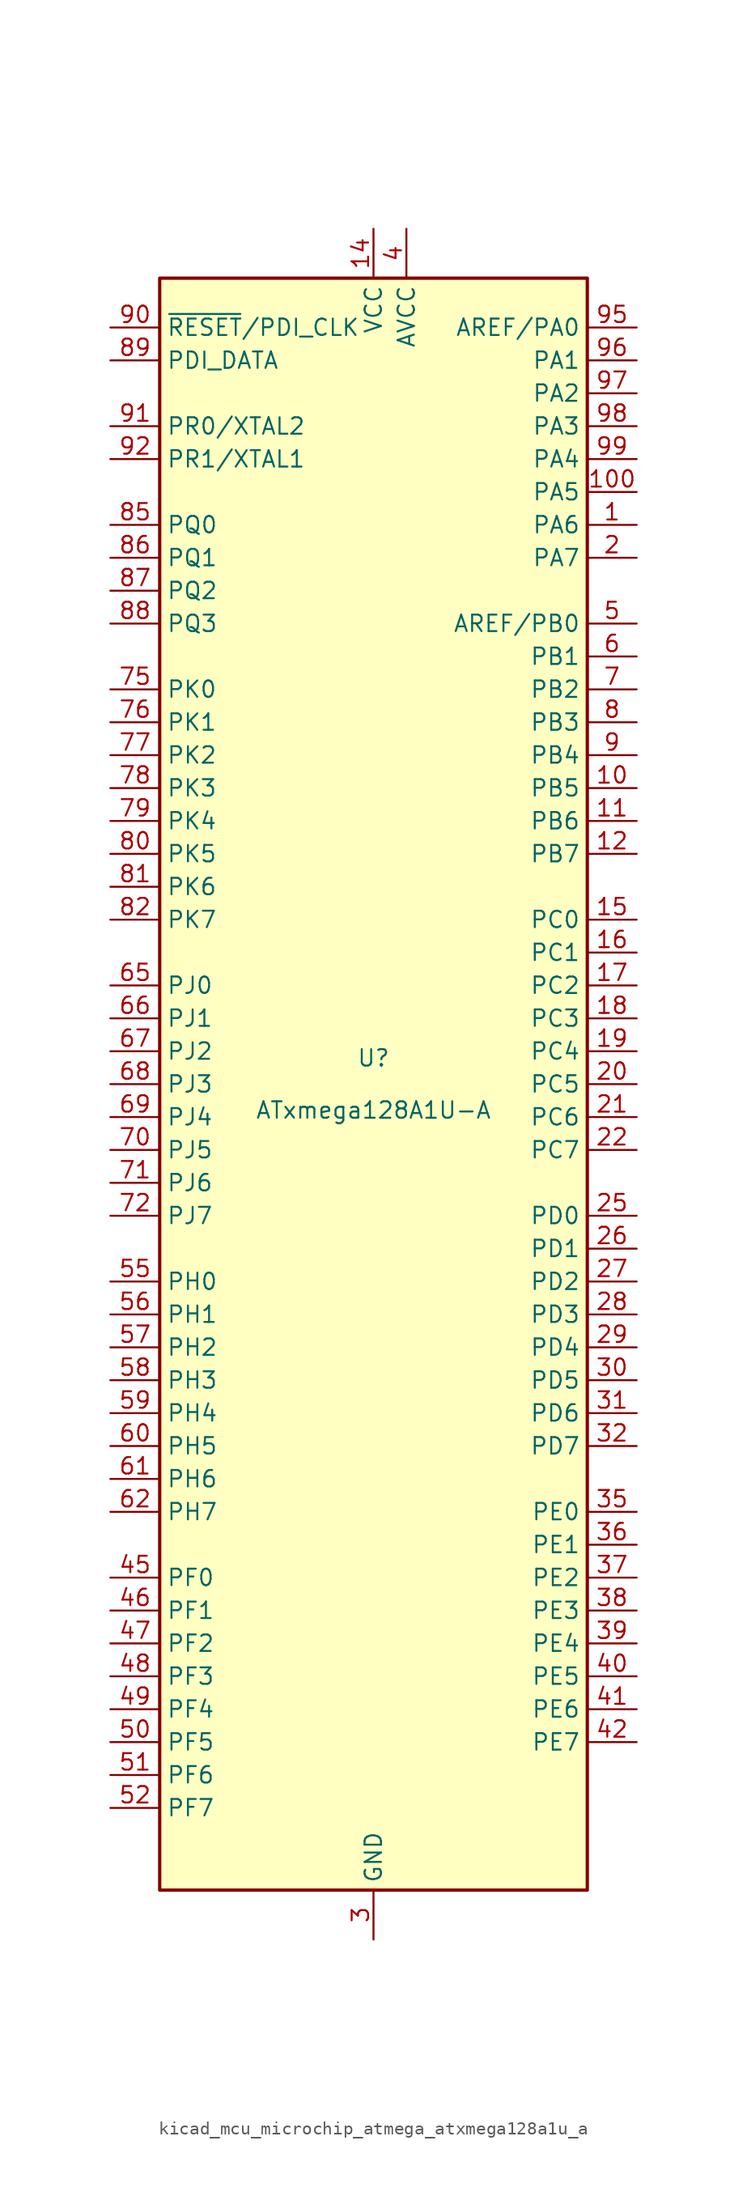
<source format=kicad_sym>
(kicad_symbol_lib
  (version 20220914)
  (generator kicad_symbol_editor)
  (symbol "kicad_mcu_microchip_atmega_atxmega128a1u_a"
    (property "Reference" "U"
      (at 0 1.27 0)
      (effects (font (size 1.27 1.27)) (justify bottom)))
    (property "Value" "ATxmega128A1U-A"
      (at 0 -1.27 0)
      (effects (font (size 1.27 1.27)) (justify top)))
    (symbol "kicad_mcu_microchip_atmega_atxmega128a1u_a_0_1"
      (rectangle (start -16.51 -62.23) (end 16.51 62.23) (stroke (width 0.254) (type default)) (fill (type background))))
    (symbol "kicad_mcu_microchip_atmega_atxmega128a1u_a_1_1"
      (pin bidirectional line (at 20.32 43.18 180) (length 3.81) (name "PA6" (effects (font (size 1.27 1.27)))) (number "1" (effects (font (size 1.27 1.27)))))
      (pin bidirectional line (at 20.32 22.86 180) (length 3.81) (name "PB5" (effects (font (size 1.27 1.27)))) (number "10" (effects (font (size 1.27 1.27)))))
      (pin bidirectional line (at 20.32 45.72 180) (length 3.81) (name "PA5" (effects (font (size 1.27 1.27)))) (number "100" (effects (font (size 1.27 1.27)))))
      (pin bidirectional line (at 20.32 20.32 180) (length 3.81) (name "PB6" (effects (font (size 1.27 1.27)))) (number "11" (effects (font (size 1.27 1.27)))))
      (pin bidirectional line (at 20.32 17.78 180) (length 3.81) (name "PB7" (effects (font (size 1.27 1.27)))) (number "12" (effects (font (size 1.27 1.27)))))
      (pin passive line (at 0 -66.04 90) (length 3.81) hide (name "GND" (effects (font (size 1.27 1.27)))) (number "13" (effects (font (size 1.27 1.27)))))
      (pin power_in line (at 0 66.04 270) (length 3.81) (name "VCC" (effects (font (size 1.27 1.27)))) (number "14" (effects (font (size 1.27 1.27)))))
      (pin bidirectional line (at 20.32 12.7 180) (length 3.81) (name "PC0" (effects (font (size 1.27 1.27)))) (number "15" (effects (font (size 1.27 1.27)))))
      (pin bidirectional line (at 20.32 10.16 180) (length 3.81) (name "PC1" (effects (font (size 1.27 1.27)))) (number "16" (effects (font (size 1.27 1.27)))))
      (pin bidirectional line (at 20.32 7.62 180) (length 3.81) (name "PC2" (effects (font (size 1.27 1.27)))) (number "17" (effects (font (size 1.27 1.27)))))
      (pin bidirectional line (at 20.32 5.08 180) (length 3.81) (name "PC3" (effects (font (size 1.27 1.27)))) (number "18" (effects (font (size 1.27 1.27)))))
      (pin bidirectional line (at 20.32 2.54 180) (length 3.81) (name "PC4" (effects (font (size 1.27 1.27)))) (number "19" (effects (font (size 1.27 1.27)))))
      (pin bidirectional line (at 20.32 40.64 180) (length 3.81) (name "PA7" (effects (font (size 1.27 1.27)))) (number "2" (effects (font (size 1.27 1.27)))))
      (pin bidirectional line (at 20.32 0 180) (length 3.81) (name "PC5" (effects (font (size 1.27 1.27)))) (number "20" (effects (font (size 1.27 1.27)))))
      (pin bidirectional line (at 20.32 -2.54 180) (length 3.81) (name "PC6" (effects (font (size 1.27 1.27)))) (number "21" (effects (font (size 1.27 1.27)))))
      (pin bidirectional line (at 20.32 -5.08 180) (length 3.81) (name "PC7" (effects (font (size 1.27 1.27)))) (number "22" (effects (font (size 1.27 1.27)))))
      (pin passive line (at 0 -66.04 90) (length 3.81) hide (name "GND" (effects (font (size 1.27 1.27)))) (number "23" (effects (font (size 1.27 1.27)))))
      (pin passive line (at 0 66.04 270) (length 3.81) hide (name "VCC" (effects (font (size 1.27 1.27)))) (number "24" (effects (font (size 1.27 1.27)))))
      (pin bidirectional line (at 20.32 -10.16 180) (length 3.81) (name "PD0" (effects (font (size 1.27 1.27)))) (number "25" (effects (font (size 1.27 1.27)))))
      (pin bidirectional line (at 20.32 -12.7 180) (length 3.81) (name "PD1" (effects (font (size 1.27 1.27)))) (number "26" (effects (font (size 1.27 1.27)))))
      (pin bidirectional line (at 20.32 -15.24 180) (length 3.81) (name "PD2" (effects (font (size 1.27 1.27)))) (number "27" (effects (font (size 1.27 1.27)))))
      (pin bidirectional line (at 20.32 -17.78 180) (length 3.81) (name "PD3" (effects (font (size 1.27 1.27)))) (number "28" (effects (font (size 1.27 1.27)))))
      (pin bidirectional line (at 20.32 -20.32 180) (length 3.81) (name "PD4" (effects (font (size 1.27 1.27)))) (number "29" (effects (font (size 1.27 1.27)))))
      (pin power_in line (at 0 -66.04 90) (length 3.81) (name "GND" (effects (font (size 1.27 1.27)))) (number "3" (effects (font (size 1.27 1.27)))))
      (pin bidirectional line (at 20.32 -22.86 180) (length 3.81) (name "PD5" (effects (font (size 1.27 1.27)))) (number "30" (effects (font (size 1.27 1.27)))))
      (pin bidirectional line (at 20.32 -25.4 180) (length 3.81) (name "PD6" (effects (font (size 1.27 1.27)))) (number "31" (effects (font (size 1.27 1.27)))))
      (pin bidirectional line (at 20.32 -27.94 180) (length 3.81) (name "PD7" (effects (font (size 1.27 1.27)))) (number "32" (effects (font (size 1.27 1.27)))))
      (pin passive line (at 0 -66.04 90) (length 3.81) hide (name "GND" (effects (font (size 1.27 1.27)))) (number "33" (effects (font (size 1.27 1.27)))))
      (pin passive line (at 0 66.04 270) (length 3.81) hide (name "VCC" (effects (font (size 1.27 1.27)))) (number "34" (effects (font (size 1.27 1.27)))))
      (pin bidirectional line (at 20.32 -33.02 180) (length 3.81) (name "PE0" (effects (font (size 1.27 1.27)))) (number "35" (effects (font (size 1.27 1.27)))))
      (pin bidirectional line (at 20.32 -35.56 180) (length 3.81) (name "PE1" (effects (font (size 1.27 1.27)))) (number "36" (effects (font (size 1.27 1.27)))))
      (pin bidirectional line (at 20.32 -38.1 180) (length 3.81) (name "PE2" (effects (font (size 1.27 1.27)))) (number "37" (effects (font (size 1.27 1.27)))))
      (pin bidirectional line (at 20.32 -40.64 180) (length 3.81) (name "PE3" (effects (font (size 1.27 1.27)))) (number "38" (effects (font (size 1.27 1.27)))))
      (pin bidirectional line (at 20.32 -43.18 180) (length 3.81) (name "PE4" (effects (font (size 1.27 1.27)))) (number "39" (effects (font (size 1.27 1.27)))))
      (pin power_in line (at 2.54 66.04 270) (length 3.81) (name "AVCC" (effects (font (size 1.27 1.27)))) (number "4" (effects (font (size 1.27 1.27)))))
      (pin bidirectional line (at 20.32 -45.72 180) (length 3.81) (name "PE5" (effects (font (size 1.27 1.27)))) (number "40" (effects (font (size 1.27 1.27)))))
      (pin bidirectional line (at 20.32 -48.26 180) (length 3.81) (name "PE6" (effects (font (size 1.27 1.27)))) (number "41" (effects (font (size 1.27 1.27)))))
      (pin bidirectional line (at 20.32 -50.8 180) (length 3.81) (name "PE7" (effects (font (size 1.27 1.27)))) (number "42" (effects (font (size 1.27 1.27)))))
      (pin passive line (at 0 -66.04 90) (length 3.81) hide (name "GND" (effects (font (size 1.27 1.27)))) (number "43" (effects (font (size 1.27 1.27)))))
      (pin passive line (at 0 66.04 270) (length 3.81) hide (name "VCC" (effects (font (size 1.27 1.27)))) (number "44" (effects (font (size 1.27 1.27)))))
      (pin bidirectional line (at -20.32 -38.1 0) (length 3.81) (name "PF0" (effects (font (size 1.27 1.27)))) (number "45" (effects (font (size 1.27 1.27)))))
      (pin bidirectional line (at -20.32 -40.64 0) (length 3.81) (name "PF1" (effects (font (size 1.27 1.27)))) (number "46" (effects (font (size 1.27 1.27)))))
      (pin bidirectional line (at -20.32 -43.18 0) (length 3.81) (name "PF2" (effects (font (size 1.27 1.27)))) (number "47" (effects (font (size 1.27 1.27)))))
      (pin bidirectional line (at -20.32 -45.72 0) (length 3.81) (name "PF3" (effects (font (size 1.27 1.27)))) (number "48" (effects (font (size 1.27 1.27)))))
      (pin bidirectional line (at -20.32 -48.26 0) (length 3.81) (name "PF4" (effects (font (size 1.27 1.27)))) (number "49" (effects (font (size 1.27 1.27)))))
      (pin bidirectional line (at 20.32 35.56 180) (length 3.81) (name "AREF/PB0" (effects (font (size 1.27 1.27)))) (number "5" (effects (font (size 1.27 1.27)))))
      (pin bidirectional line (at -20.32 -50.8 0) (length 3.81) (name "PF5" (effects (font (size 1.27 1.27)))) (number "50" (effects (font (size 1.27 1.27)))))
      (pin bidirectional line (at -20.32 -53.34 0) (length 3.81) (name "PF6" (effects (font (size 1.27 1.27)))) (number "51" (effects (font (size 1.27 1.27)))))
      (pin bidirectional line (at -20.32 -55.88 0) (length 3.81) (name "PF7" (effects (font (size 1.27 1.27)))) (number "52" (effects (font (size 1.27 1.27)))))
      (pin passive line (at 0 -66.04 90) (length 3.81) hide (name "GND" (effects (font (size 1.27 1.27)))) (number "53" (effects (font (size 1.27 1.27)))))
      (pin passive line (at 0 66.04 270) (length 3.81) hide (name "VCC" (effects (font (size 1.27 1.27)))) (number "54" (effects (font (size 1.27 1.27)))))
      (pin bidirectional line (at -20.32 -15.24 0) (length 3.81) (name "PH0" (effects (font (size 1.27 1.27)))) (number "55" (effects (font (size 1.27 1.27)))))
      (pin bidirectional line (at -20.32 -17.78 0) (length 3.81) (name "PH1" (effects (font (size 1.27 1.27)))) (number "56" (effects (font (size 1.27 1.27)))))
      (pin bidirectional line (at -20.32 -20.32 0) (length 3.81) (name "PH2" (effects (font (size 1.27 1.27)))) (number "57" (effects (font (size 1.27 1.27)))))
      (pin bidirectional line (at -20.32 -22.86 0) (length 3.81) (name "PH3" (effects (font (size 1.27 1.27)))) (number "58" (effects (font (size 1.27 1.27)))))
      (pin bidirectional line (at -20.32 -25.4 0) (length 3.81) (name "PH4" (effects (font (size 1.27 1.27)))) (number "59" (effects (font (size 1.27 1.27)))))
      (pin bidirectional line (at 20.32 33.02 180) (length 3.81) (name "PB1" (effects (font (size 1.27 1.27)))) (number "6" (effects (font (size 1.27 1.27)))))
      (pin bidirectional line (at -20.32 -27.94 0) (length 3.81) (name "PH5" (effects (font (size 1.27 1.27)))) (number "60" (effects (font (size 1.27 1.27)))))
      (pin bidirectional line (at -20.32 -30.48 0) (length 3.81) (name "PH6" (effects (font (size 1.27 1.27)))) (number "61" (effects (font (size 1.27 1.27)))))
      (pin bidirectional line (at -20.32 -33.02 0) (length 3.81) (name "PH7" (effects (font (size 1.27 1.27)))) (number "62" (effects (font (size 1.27 1.27)))))
      (pin passive line (at 0 -66.04 90) (length 3.81) hide (name "GND" (effects (font (size 1.27 1.27)))) (number "63" (effects (font (size 1.27 1.27)))))
      (pin passive line (at 0 66.04 270) (length 3.81) hide (name "VCC" (effects (font (size 1.27 1.27)))) (number "64" (effects (font (size 1.27 1.27)))))
      (pin bidirectional line (at -20.32 7.62 0) (length 3.81) (name "PJ0" (effects (font (size 1.27 1.27)))) (number "65" (effects (font (size 1.27 1.27)))))
      (pin bidirectional line (at -20.32 5.08 0) (length 3.81) (name "PJ1" (effects (font (size 1.27 1.27)))) (number "66" (effects (font (size 1.27 1.27)))))
      (pin bidirectional line (at -20.32 2.54 0) (length 3.81) (name "PJ2" (effects (font (size 1.27 1.27)))) (number "67" (effects (font (size 1.27 1.27)))))
      (pin bidirectional line (at -20.32 0 0) (length 3.81) (name "PJ3" (effects (font (size 1.27 1.27)))) (number "68" (effects (font (size 1.27 1.27)))))
      (pin bidirectional line (at -20.32 -2.54 0) (length 3.81) (name "PJ4" (effects (font (size 1.27 1.27)))) (number "69" (effects (font (size 1.27 1.27)))))
      (pin bidirectional line (at 20.32 30.48 180) (length 3.81) (name "PB2" (effects (font (size 1.27 1.27)))) (number "7" (effects (font (size 1.27 1.27)))))
      (pin bidirectional line (at -20.32 -5.08 0) (length 3.81) (name "PJ5" (effects (font (size 1.27 1.27)))) (number "70" (effects (font (size 1.27 1.27)))))
      (pin bidirectional line (at -20.32 -7.62 0) (length 3.81) (name "PJ6" (effects (font (size 1.27 1.27)))) (number "71" (effects (font (size 1.27 1.27)))))
      (pin bidirectional line (at -20.32 -10.16 0) (length 3.81) (name "PJ7" (effects (font (size 1.27 1.27)))) (number "72" (effects (font (size 1.27 1.27)))))
      (pin passive line (at 0 -66.04 90) (length 3.81) hide (name "GND" (effects (font (size 1.27 1.27)))) (number "73" (effects (font (size 1.27 1.27)))))
      (pin passive line (at 0 66.04 270) (length 3.81) hide (name "VCC" (effects (font (size 1.27 1.27)))) (number "74" (effects (font (size 1.27 1.27)))))
      (pin bidirectional line (at -20.32 30.48 0) (length 3.81) (name "PK0" (effects (font (size 1.27 1.27)))) (number "75" (effects (font (size 1.27 1.27)))))
      (pin bidirectional line (at -20.32 27.94 0) (length 3.81) (name "PK1" (effects (font (size 1.27 1.27)))) (number "76" (effects (font (size 1.27 1.27)))))
      (pin bidirectional line (at -20.32 25.4 0) (length 3.81) (name "PK2" (effects (font (size 1.27 1.27)))) (number "77" (effects (font (size 1.27 1.27)))))
      (pin bidirectional line (at -20.32 22.86 0) (length 3.81) (name "PK3" (effects (font (size 1.27 1.27)))) (number "78" (effects (font (size 1.27 1.27)))))
      (pin bidirectional line (at -20.32 20.32 0) (length 3.81) (name "PK4" (effects (font (size 1.27 1.27)))) (number "79" (effects (font (size 1.27 1.27)))))
      (pin bidirectional line (at 20.32 27.94 180) (length 3.81) (name "PB3" (effects (font (size 1.27 1.27)))) (number "8" (effects (font (size 1.27 1.27)))))
      (pin bidirectional line (at -20.32 17.78 0) (length 3.81) (name "PK5" (effects (font (size 1.27 1.27)))) (number "80" (effects (font (size 1.27 1.27)))))
      (pin bidirectional line (at -20.32 15.24 0) (length 3.81) (name "PK6" (effects (font (size 1.27 1.27)))) (number "81" (effects (font (size 1.27 1.27)))))
      (pin bidirectional line (at -20.32 12.7 0) (length 3.81) (name "PK7" (effects (font (size 1.27 1.27)))) (number "82" (effects (font (size 1.27 1.27)))))
      (pin passive line (at 0 66.04 270) (length 3.81) hide (name "VCC" (effects (font (size 1.27 1.27)))) (number "83" (effects (font (size 1.27 1.27)))))
      (pin passive line (at 0 -66.04 90) (length 3.81) hide (name "GND" (effects (font (size 1.27 1.27)))) (number "84" (effects (font (size 1.27 1.27)))))
      (pin bidirectional line (at -20.32 43.18 0) (length 3.81) (name "PQ0" (effects (font (size 1.27 1.27)))) (number "85" (effects (font (size 1.27 1.27)))))
      (pin bidirectional line (at -20.32 40.64 0) (length 3.81) (name "PQ1" (effects (font (size 1.27 1.27)))) (number "86" (effects (font (size 1.27 1.27)))))
      (pin bidirectional line (at -20.32 38.1 0) (length 3.81) (name "PQ2" (effects (font (size 1.27 1.27)))) (number "87" (effects (font (size 1.27 1.27)))))
      (pin bidirectional line (at -20.32 35.56 0) (length 3.81) (name "PQ3" (effects (font (size 1.27 1.27)))) (number "88" (effects (font (size 1.27 1.27)))))
      (pin bidirectional line (at -20.32 55.88 0) (length 3.81) (name "PDI_DATA" (effects (font (size 1.27 1.27)))) (number "89" (effects (font (size 1.27 1.27)))))
      (pin bidirectional line (at 20.32 25.4 180) (length 3.81) (name "PB4" (effects (font (size 1.27 1.27)))) (number "9" (effects (font (size 1.27 1.27)))))
      (pin input line (at -20.32 58.42 0) (length 3.81) (name "~{RESET}/PDI_CLK" (effects (font (size 1.27 1.27)))) (number "90" (effects (font (size 1.27 1.27)))))
      (pin bidirectional line (at -20.32 50.8 0) (length 3.81) (name "PR0/XTAL2" (effects (font (size 1.27 1.27)))) (number "91" (effects (font (size 1.27 1.27)))))
      (pin bidirectional line (at -20.32 48.26 0) (length 3.81) (name "PR1/XTAL1" (effects (font (size 1.27 1.27)))) (number "92" (effects (font (size 1.27 1.27)))))
      (pin passive line (at 0 -66.04 90) (length 3.81) hide (name "GND" (effects (font (size 1.27 1.27)))) (number "93" (effects (font (size 1.27 1.27)))))
      (pin passive line (at 2.54 66.04 270) (length 3.81) hide (name "AVCC" (effects (font (size 1.27 1.27)))) (number "94" (effects (font (size 1.27 1.27)))))
      (pin bidirectional line (at 20.32 58.42 180) (length 3.81) (name "AREF/PA0" (effects (font (size 1.27 1.27)))) (number "95" (effects (font (size 1.27 1.27)))))
      (pin bidirectional line (at 20.32 55.88 180) (length 3.81) (name "PA1" (effects (font (size 1.27 1.27)))) (number "96" (effects (font (size 1.27 1.27)))))
      (pin bidirectional line (at 20.32 53.34 180) (length 3.81) (name "PA2" (effects (font (size 1.27 1.27)))) (number "97" (effects (font (size 1.27 1.27)))))
      (pin bidirectional line (at 20.32 50.8 180) (length 3.81) (name "PA3" (effects (font (size 1.27 1.27)))) (number "98" (effects (font (size 1.27 1.27)))))
      (pin bidirectional line (at 20.32 48.26 180) (length 3.81) (name "PA4" (effects (font (size 1.27 1.27)))) (number "99" (effects (font (size 1.27 1.27))))))))
</source>
